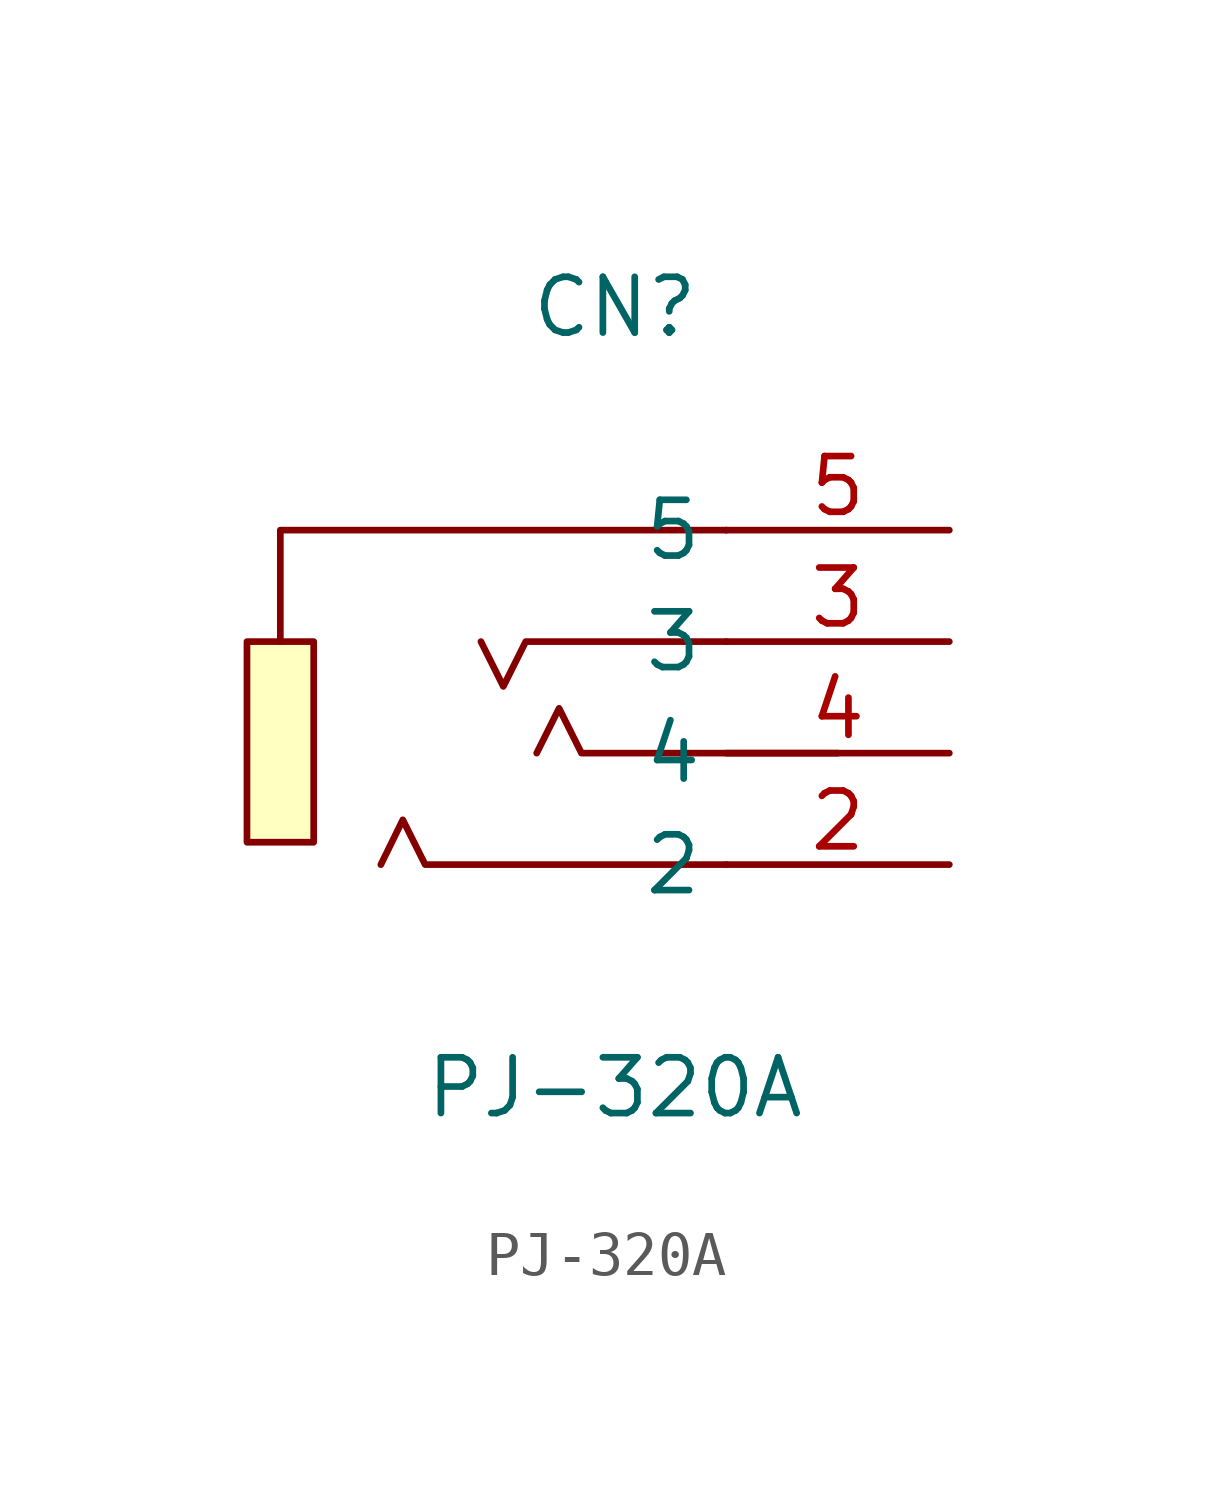
<source format=kicad_sym>
(kicad_symbol_lib
  (version 20211014)
  (generator https://github.com/uPesy/easyeda2kicad.py)
  (symbol "PJ-320A"
    (property "Reference" "CN"
      (at 0 10.16 0)
      (effects (font (size 1.27 1.27))))
    (property "Value" "PJ-320A"
      (at 0 -7.62 0)
      (effects (font (size 1.27 1.27))))
    (symbol "PJ-320A_0_1"
      (rectangle (start -8.38 2.54) (end -6.86 -2.03) (stroke (width 0) (type default) (color 0 0 0 0)) (fill (type background)))
      (polyline (pts (xy 5.08 -0.00) (xy -0.76 -0.00) (xy -1.27 1.02) (xy -1.78 -0.00)) (stroke (width 0) (type default) (color 0 0 0 0)) (fill (type none)))
      (polyline (pts (xy 2.54 2.54) (xy -2.03 2.54) (xy -2.54 1.52) (xy -3.05 2.54)) (stroke (width 0) (type default) (color 0 0 0 0)) (fill (type none)))
      (polyline (pts (xy 2.54 -2.54) (xy -4.32 -2.54) (xy -4.83 -1.52) (xy -5.33 -2.54)) (stroke (width 0) (type default) (color 0 0 0 0)) (fill (type none)))
      (polyline (pts (xy 2.54 5.08) (xy -7.62 5.08) (xy -7.62 2.54)) (stroke (width 0) (type default) (color 0 0 0 0)) (fill (type none)))
      (pin unspecified line (at 7.62 5.08 180) (length 5.08) (name "5" (effects (font (size 1.27 1.27)))) (number "5" (effects (font (size 1.27 1.27)))))
      (pin unspecified line (at 7.62 -2.54 180) (length 5.08) (name "2" (effects (font (size 1.27 1.27)))) (number "2" (effects (font (size 1.27 1.27)))))
      (pin unspecified line (at 7.62 -0.00 180) (length 5.08) (name "4" (effects (font (size 1.27 1.27)))) (number "4" (effects (font (size 1.27 1.27)))))
      (pin unspecified line (at 7.62 2.54 180) (length 5.08) (name "3" (effects (font (size 1.27 1.27)))) (number "3" (effects (font (size 1.27 1.27))))))))
</source>
